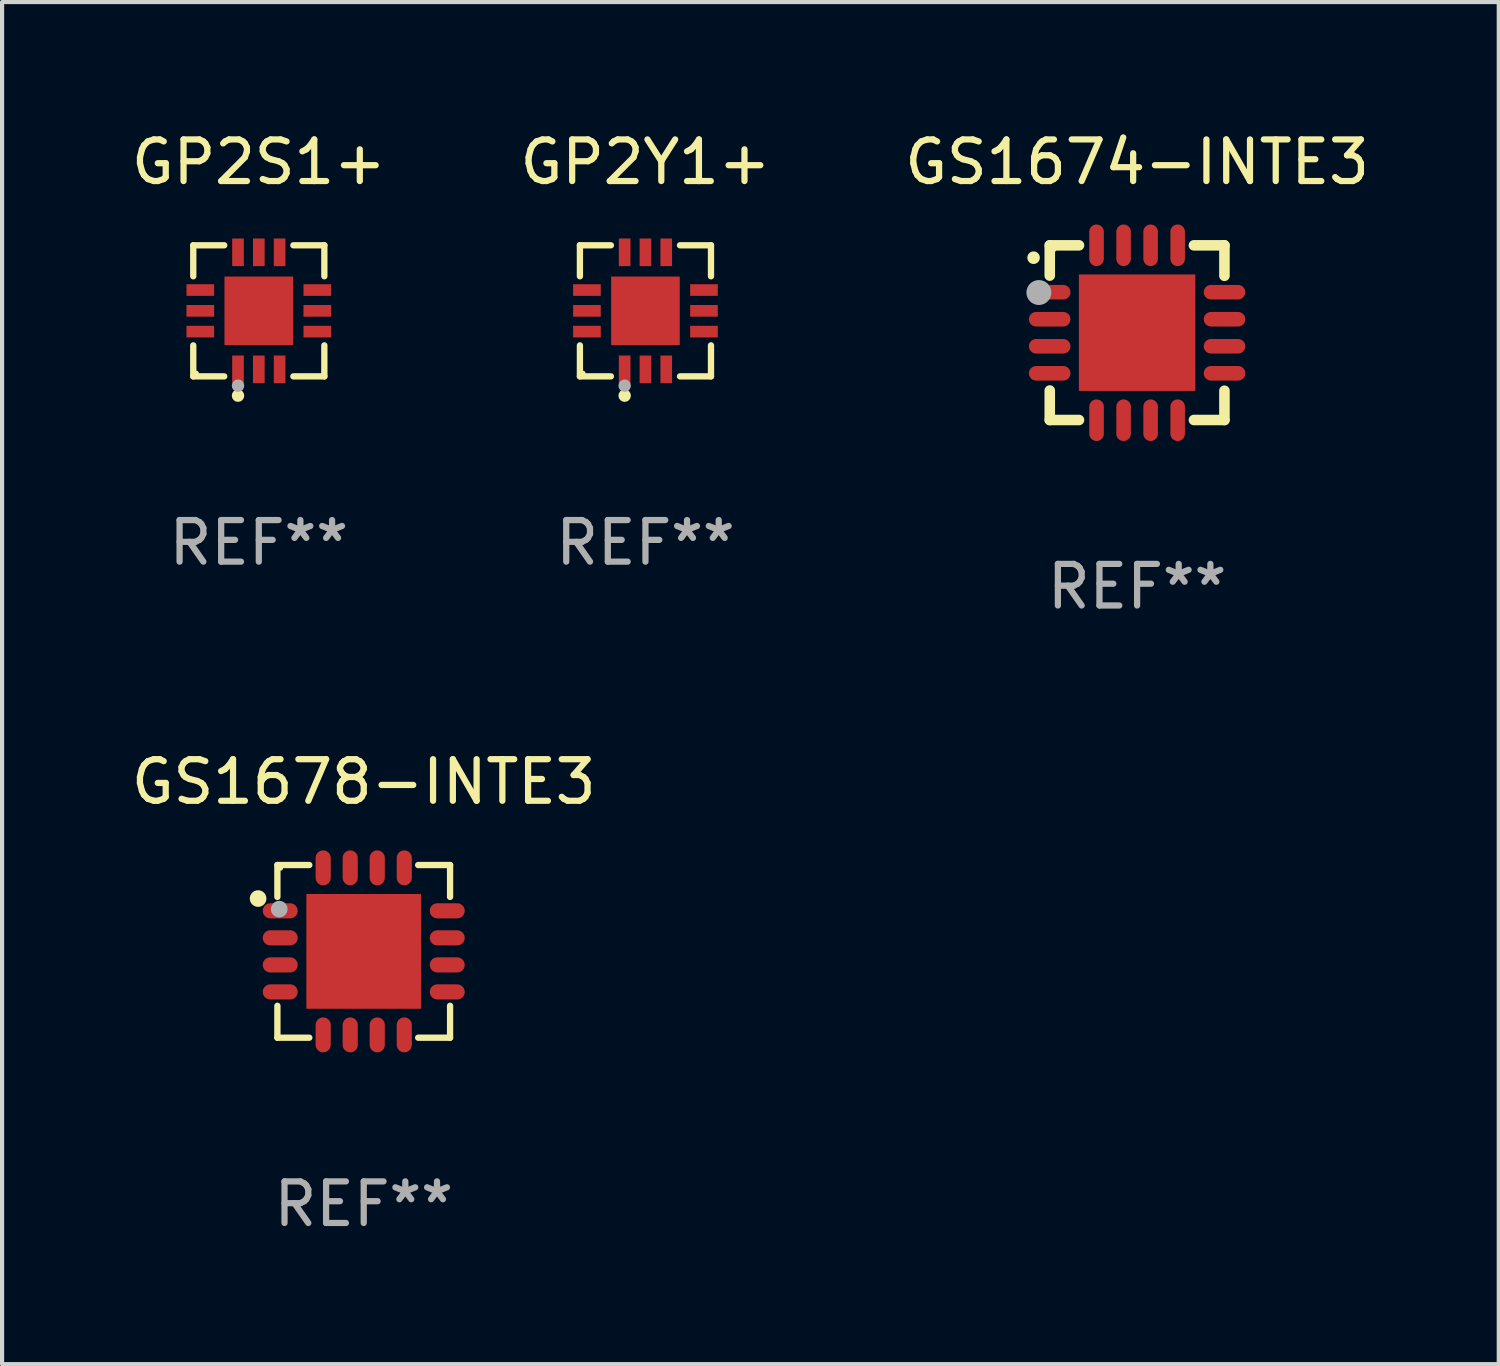
<source format=kicad_pcb>
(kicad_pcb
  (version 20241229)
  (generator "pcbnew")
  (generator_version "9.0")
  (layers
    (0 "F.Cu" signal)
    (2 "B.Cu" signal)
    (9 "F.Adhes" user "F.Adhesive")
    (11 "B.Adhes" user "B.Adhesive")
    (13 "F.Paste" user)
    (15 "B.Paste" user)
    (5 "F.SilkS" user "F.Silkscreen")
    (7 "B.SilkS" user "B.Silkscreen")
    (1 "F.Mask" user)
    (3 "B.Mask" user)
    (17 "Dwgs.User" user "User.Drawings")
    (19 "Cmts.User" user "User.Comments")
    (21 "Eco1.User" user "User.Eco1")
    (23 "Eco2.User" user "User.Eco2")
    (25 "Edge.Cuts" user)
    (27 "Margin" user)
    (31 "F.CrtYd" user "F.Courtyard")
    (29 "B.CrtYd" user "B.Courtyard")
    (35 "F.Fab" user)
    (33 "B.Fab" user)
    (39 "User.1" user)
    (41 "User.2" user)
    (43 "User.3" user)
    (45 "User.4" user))
  (footprint "GP2S1+"
    (layer "F.Cu")
    (at 3.173 4.424)
    (property "Reference" "GP2S1+" (at 0 -3.576 0) (layer "F.SilkS") (effects (font (size 1 1) (thickness 0.15))))
    (attr through_hole)
    (fp_line (start -1.576 -1.576) (end -0.831 -1.576) (stroke (width 0.152) (type solid)) (layer "F.SilkS"))
    (fp_line (start -1.576 -0.831) (end -1.576 -1.576) (stroke (width 0.152) (type solid)) (layer "F.SilkS"))
    (fp_line (start -1.576 0.831) (end -1.576 1.576) (stroke (width 0.152) (type solid)) (layer "F.SilkS"))
    (fp_line (start -1.576 1.576) (end -0.831 1.576) (stroke (width 0.152) (type solid)) (layer "F.SilkS"))
    (fp_line (start 1.576 -1.576) (end 0.831 -1.576) (stroke (width 0.152) (type solid)) (layer "F.SilkS"))
    (fp_line (start 1.576 -0.831) (end 1.576 -1.576) (stroke (width 0.152) (type solid)) (layer "F.SilkS"))
    (fp_line (start 1.576 0.831) (end 1.576 1.576) (stroke (width 0.152) (type solid)) (layer "F.SilkS"))
    (fp_line (start 1.576 1.576) (end 0.831 1.576) (stroke (width 0.152) (type solid)) (layer "F.SilkS"))
    (fp_circle (center -1.5 1.5) (end -1.47 1.5) (stroke (width 0.06) (type solid)) (fill no) (layer "F.SilkS"))
    (fp_circle (center -0.5 2.04) (end -0.425 2.04) (stroke (width 0.15) (type solid)) (fill no) (layer "F.SilkS"))
    (fp_circle (center -0.5 1.8) (end -0.425 1.8) (stroke (width 0.15) (type solid)) (fill no) (layer "F.Fab"))
    (fp_text user "REF**" (at 0 5.576 0) (layer "F.Fab") (effects (font (size 1 1) (thickness 0.15))))
    (pad "1" smd rect (at -0.5 1.407) (size 0.28 0.665) (layers "F.Cu" "F.Mask" "F.Paste"))
    (pad "2" smd rect (at 0 1.407) (size 0.28 0.665) (layers "F.Cu" "F.Mask" "F.Paste"))
    (pad "3" smd rect (at 0.5 1.407) (size 0.28 0.665) (layers "F.Cu" "F.Mask" "F.Paste"))
    (pad "4" smd rect (at 1.407 0.5) (size 0.665 0.28) (layers "F.Cu" "F.Mask" "F.Paste"))
    (pad "5" smd rect (at 1.407 0) (size 0.665 0.28) (layers "F.Cu" "F.Mask" "F.Paste"))
    (pad "6" smd rect (at 1.407 -0.5) (size 0.665 0.28) (layers "F.Cu" "F.Mask" "F.Paste"))
    (pad "7" smd rect (at 0.5 -1.407) (size 0.28 0.665) (layers "F.Cu" "F.Mask" "F.Paste"))
    (pad "8" smd rect (at 0 -1.407) (size 0.28 0.665) (layers "F.Cu" "F.Mask" "F.Paste"))
    (pad "9" smd rect (at -0.5 -1.407) (size 0.28 0.665) (layers "F.Cu" "F.Mask" "F.Paste"))
    (pad "10" smd rect (at -1.407 -0.5) (size 0.665 0.28) (layers "F.Cu" "F.Mask" "F.Paste"))
    (pad "11" smd rect (at -1.407 0) (size 0.665 0.28) (layers "F.Cu" "F.Mask" "F.Paste"))
    (pad "12" smd rect (at -1.407 0.5) (size 0.665 0.28) (layers "F.Cu" "F.Mask" "F.Paste"))
    (pad "13" smd rect (at 0 0) (size 1.65 1.65) (layers "F.Cu" "F.Mask" "F.Paste")))
  (footprint "GS1674-INTE3"
    (layer "F.Cu")
    (at 24.292 4.951)
    (property "Reference" "GS1674-INTE3" (at 0 -4.103 0) (layer "F.SilkS") (effects (font (size 1 1) (thickness 0.15))))
    (attr through_hole)
    (fp_line (start -2.1 -2.102) (end -2.1 -1.374) (stroke (width 0.254) (type solid)) (layer "F.SilkS"))
    (fp_line (start -2.1 -2.102) (end -1.397 -2.102) (stroke (width 0.254) (type solid)) (layer "F.SilkS"))
    (fp_line (start -2.1 1.389) (end -2.1 2.098) (stroke (width 0.254) (type solid)) (layer "F.SilkS"))
    (fp_line (start -2.1 2.098) (end -1.397 2.098) (stroke (width 0.254) (type solid)) (layer "F.SilkS"))
    (fp_line (start 1.366 -2.102) (end 2.1 -2.102) (stroke (width 0.254) (type solid)) (layer "F.SilkS"))
    (fp_line (start 1.366 2.098) (end 2.1 2.098) (stroke (width 0.254) (type solid)) (layer "F.SilkS"))
    (fp_line (start 2.1 -2.102) (end 2.1 -1.369) (stroke (width 0.254) (type solid)) (layer "F.SilkS"))
    (fp_line (start 2.1 1.394) (end 2.1 2.098) (stroke (width 0.254) (type solid)) (layer "F.SilkS"))
    (fp_arc (start -2.489332 -1.803277) (mid -2.489337 -1.804547) (end -2.489332 -1.805817) (stroke (width 0.3) (type solid)) (layer "F.SilkS"))
    (fp_circle (center -2 -2.002) (end -1.97 -2.002) (stroke (width 0.06) (type solid)) (fill no) (layer "F.SilkS"))
    (fp_circle (center -2.362 -0.967) (end -2.212 -0.967) (stroke (width 0.3) (type solid)) (fill no) (layer "F.Fab"))
    (fp_text user "REF**" (at 0 6.103 0) (layer "F.Fab") (effects (font (size 1 1) (thickness 0.15))))
    (pad "1" smd oval (at -2.102 -0.975) (size 1 0.35) (layers "F.Cu" "F.Mask" "F.Paste"))
    (pad "2" smd oval (at -2.102 -0.325) (size 1 0.35) (layers "F.Cu" "F.Mask" "F.Paste"))
    (pad "3" smd oval (at -2.102 0.325) (size 1 0.35) (layers "F.Cu" "F.Mask" "F.Paste"))
    (pad "4" smd oval (at -2.102 0.975) (size 1 0.35) (layers "F.Cu" "F.Mask" "F.Paste"))
    (pad "5" smd oval (at -0.975 2.103) (size 0.35 1) (layers "F.Cu" "F.Mask" "F.Paste"))
    (pad "6" smd oval (at -0.325 2.103) (size 0.35 1) (layers "F.Cu" "F.Mask" "F.Paste"))
    (pad "7" smd oval (at 0.325 2.103) (size 0.35 1) (layers "F.Cu" "F.Mask" "F.Paste"))
    (pad "8" smd oval (at 0.975 2.103) (size 0.35 1) (layers "F.Cu" "F.Mask" "F.Paste"))
    (pad "9" smd oval (at 2.102 0.975) (size 1 0.35) (layers "F.Cu" "F.Mask" "F.Paste"))
    (pad "10" smd oval (at 2.102 0.325) (size 1 0.35) (layers "F.Cu" "F.Mask" "F.Paste"))
    (pad "11" smd oval (at 2.102 -0.325) (size 1 0.35) (layers "F.Cu" "F.Mask" "F.Paste"))
    (pad "12" smd oval (at 2.102 -0.975) (size 1 0.35) (layers "F.Cu" "F.Mask" "F.Paste"))
    (pad "13" smd oval (at 0.975 -2.103) (size 0.35 1) (layers "F.Cu" "F.Mask" "F.Paste"))
    (pad "14" smd oval (at 0.325 -2.103) (size 0.35 1) (layers "F.Cu" "F.Mask" "F.Paste"))
    (pad "15" smd oval (at -0.325 -2.103) (size 0.35 1) (layers "F.Cu" "F.Mask" "F.Paste"))
    (pad "16" smd oval (at -0.975 -2.103) (size 0.35 1) (layers "F.Cu" "F.Mask" "F.Paste"))
    (pad "17" smd rect (at 0 -0.002 270) (size 2.8 2.8) (layers "F.Cu" "F.Mask" "F.Paste")))
  (footprint "GP2Y1+"
    (layer "F.Cu")
    (at 12.47 4.424)
    (property "Reference" "GP2Y1+" (at 0 -3.576 0) (layer "F.SilkS") (effects (font (size 1 1) (thickness 0.15))))
    (attr through_hole)
    (fp_line (start -1.576 -1.576) (end -0.831 -1.576) (stroke (width 0.152) (type solid)) (layer "F.SilkS"))
    (fp_line (start -1.576 -0.831) (end -1.576 -1.576) (stroke (width 0.152) (type solid)) (layer "F.SilkS"))
    (fp_line (start -1.576 0.831) (end -1.576 1.576) (stroke (width 0.152) (type solid)) (layer "F.SilkS"))
    (fp_line (start -1.576 1.576) (end -0.831 1.576) (stroke (width 0.152) (type solid)) (layer "F.SilkS"))
    (fp_line (start 1.576 -1.576) (end 0.831 -1.576) (stroke (width 0.152) (type solid)) (layer "F.SilkS"))
    (fp_line (start 1.576 -0.831) (end 1.576 -1.576) (stroke (width 0.152) (type solid)) (layer "F.SilkS"))
    (fp_line (start 1.576 0.831) (end 1.576 1.576) (stroke (width 0.152) (type solid)) (layer "F.SilkS"))
    (fp_line (start 1.576 1.576) (end 0.831 1.576) (stroke (width 0.152) (type solid)) (layer "F.SilkS"))
    (fp_circle (center -1.5 1.5) (end -1.47 1.5) (stroke (width 0.06) (type solid)) (fill no) (layer "F.SilkS"))
    (fp_circle (center -0.5 2.04) (end -0.425 2.04) (stroke (width 0.15) (type solid)) (fill no) (layer "F.SilkS"))
    (fp_circle (center -0.5 1.8) (end -0.425 1.8) (stroke (width 0.15) (type solid)) (fill no) (layer "F.Fab"))
    (fp_text user "REF**" (at 0 5.576 0) (layer "F.Fab") (effects (font (size 1 1) (thickness 0.15))))
    (pad "1" smd rect (at -0.5 1.407) (size 0.28 0.665) (layers "F.Cu" "F.Mask" "F.Paste"))
    (pad "2" smd rect (at 0 1.407) (size 0.28 0.665) (layers "F.Cu" "F.Mask" "F.Paste"))
    (pad "3" smd rect (at 0.5 1.407) (size 0.28 0.665) (layers "F.Cu" "F.Mask" "F.Paste"))
    (pad "4" smd rect (at 1.407 0.5) (size 0.665 0.28) (layers "F.Cu" "F.Mask" "F.Paste"))
    (pad "5" smd rect (at 1.407 0) (size 0.665 0.28) (layers "F.Cu" "F.Mask" "F.Paste"))
    (pad "6" smd rect (at 1.407 -0.5) (size 0.665 0.28) (layers "F.Cu" "F.Mask" "F.Paste"))
    (pad "7" smd rect (at 0.5 -1.407) (size 0.28 0.665) (layers "F.Cu" "F.Mask" "F.Paste"))
    (pad "8" smd rect (at 0 -1.407) (size 0.28 0.665) (layers "F.Cu" "F.Mask" "F.Paste"))
    (pad "9" smd rect (at -0.5 -1.407) (size 0.28 0.665) (layers "F.Cu" "F.Mask" "F.Paste"))
    (pad "10" smd rect (at -1.407 -0.5) (size 0.665 0.28) (layers "F.Cu" "F.Mask" "F.Paste"))
    (pad "11" smd rect (at -1.407 0) (size 0.665 0.28) (layers "F.Cu" "F.Mask" "F.Paste"))
    (pad "12" smd rect (at -1.407 0.5) (size 0.665 0.28) (layers "F.Cu" "F.Mask" "F.Paste"))
    (pad "13" smd rect (at 0 0) (size 1.65 1.65) (layers "F.Cu" "F.Mask" "F.Paste")))
  (footprint "GS1678-INTE3"
    (layer "F.Cu")
    (at 5.696 19.826)
    (property "Reference" "GS1678-INTE3" (at 0 -4.076 0) (layer "F.SilkS") (effects (font (size 1 1) (thickness 0.15))))
    (attr through_hole)
    (fp_line (start -2.076 -2.076) (end -1.309 -2.076) (stroke (width 0.152) (type solid)) (layer "F.SilkS"))
    (fp_line (start -2.076 -1.309) (end -2.076 -2.076) (stroke (width 0.152) (type solid)) (layer "F.SilkS"))
    (fp_line (start -2.076 1.309) (end -2.076 2.076) (stroke (width 0.152) (type solid)) (layer "F.SilkS"))
    (fp_line (start -2.076 2.076) (end -1.309 2.076) (stroke (width 0.152) (type solid)) (layer "F.SilkS"))
    (fp_line (start 2.076 -2.076) (end 1.309 -2.076) (stroke (width 0.152) (type solid)) (layer "F.SilkS"))
    (fp_line (start 2.076 -1.309) (end 2.076 -2.076) (stroke (width 0.152) (type solid)) (layer "F.SilkS"))
    (fp_line (start 2.076 1.309) (end 2.076 2.076) (stroke (width 0.152) (type solid)) (layer "F.SilkS"))
    (fp_line (start 2.076 2.076) (end 1.309 2.076) (stroke (width 0.152) (type solid)) (layer "F.SilkS"))
    (fp_circle (center -2.54 -1.27) (end -2.44 -1.27) (stroke (width 0.2) (type solid)) (fill no) (layer "F.SilkS"))
    (fp_circle (center -2 -2) (end -1.97 -2) (stroke (width 0.06) (type solid)) (fill no) (layer "F.SilkS"))
    (fp_circle (center -2.032 -1.016) (end -1.932 -1.016) (stroke (width 0.2) (type solid)) (fill no) (layer "F.Fab"))
    (fp_text user "REF**" (at 0 6.076 0) (layer "F.Fab") (effects (font (size 1 1) (thickness 0.15))))
    (pad "1" smd oval (at -2.008 -0.975) (size 0.84 0.364) (layers "F.Cu" "F.Mask" "F.Paste"))
    (pad "2" smd oval (at -2.008 -0.325) (size 0.84 0.364) (layers "F.Cu" "F.Mask" "F.Paste"))
    (pad "3" smd oval (at -2.008 0.325) (size 0.84 0.364) (layers "F.Cu" "F.Mask" "F.Paste"))
    (pad "4" smd oval (at -2.008 0.975) (size 0.84 0.364) (layers "F.Cu" "F.Mask" "F.Paste"))
    (pad "5" smd oval (at -0.975 2.008) (size 0.364 0.84) (layers "F.Cu" "F.Mask" "F.Paste"))
    (pad "6" smd oval (at -0.325 2.008) (size 0.364 0.84) (layers "F.Cu" "F.Mask" "F.Paste"))
    (pad "7" smd oval (at 0.325 2.008) (size 0.364 0.84) (layers "F.Cu" "F.Mask" "F.Paste"))
    (pad "8" smd oval (at 0.975 2.008) (size 0.364 0.84) (layers "F.Cu" "F.Mask" "F.Paste"))
    (pad "9" smd oval (at 2.008 0.975) (size 0.84 0.364) (layers "F.Cu" "F.Mask" "F.Paste"))
    (pad "10" smd oval (at 2.008 0.325) (size 0.84 0.364) (layers "F.Cu" "F.Mask" "F.Paste"))
    (pad "11" smd oval (at 2.008 -0.325) (size 0.84 0.364) (layers "F.Cu" "F.Mask" "F.Paste"))
    (pad "12" smd oval (at 2.008 -0.975) (size 0.84 0.364) (layers "F.Cu" "F.Mask" "F.Paste"))
    (pad "13" smd oval (at 0.975 -2.008) (size 0.364 0.84) (layers "F.Cu" "F.Mask" "F.Paste"))
    (pad "14" smd oval (at 0.325 -2.008) (size 0.364 0.84) (layers "F.Cu" "F.Mask" "F.Paste"))
    (pad "15" smd oval (at -0.325 -2.008) (size 0.364 0.84) (layers "F.Cu" "F.Mask" "F.Paste"))
    (pad "16" smd oval (at -0.975 -2.008) (size 0.364 0.84) (layers "F.Cu" "F.Mask" "F.Paste"))
    (pad "17" smd rect (at 0 0) (size 2.76 2.76) (layers "F.Cu" "F.Mask" "F.Paste")))
  (gr_rect
    (start -3 -3)
    (end 32.988 29.751)
    (stroke (width 0.1) (type default))
    (fill no)
    (layer "Edge.Cuts")))
</source>
